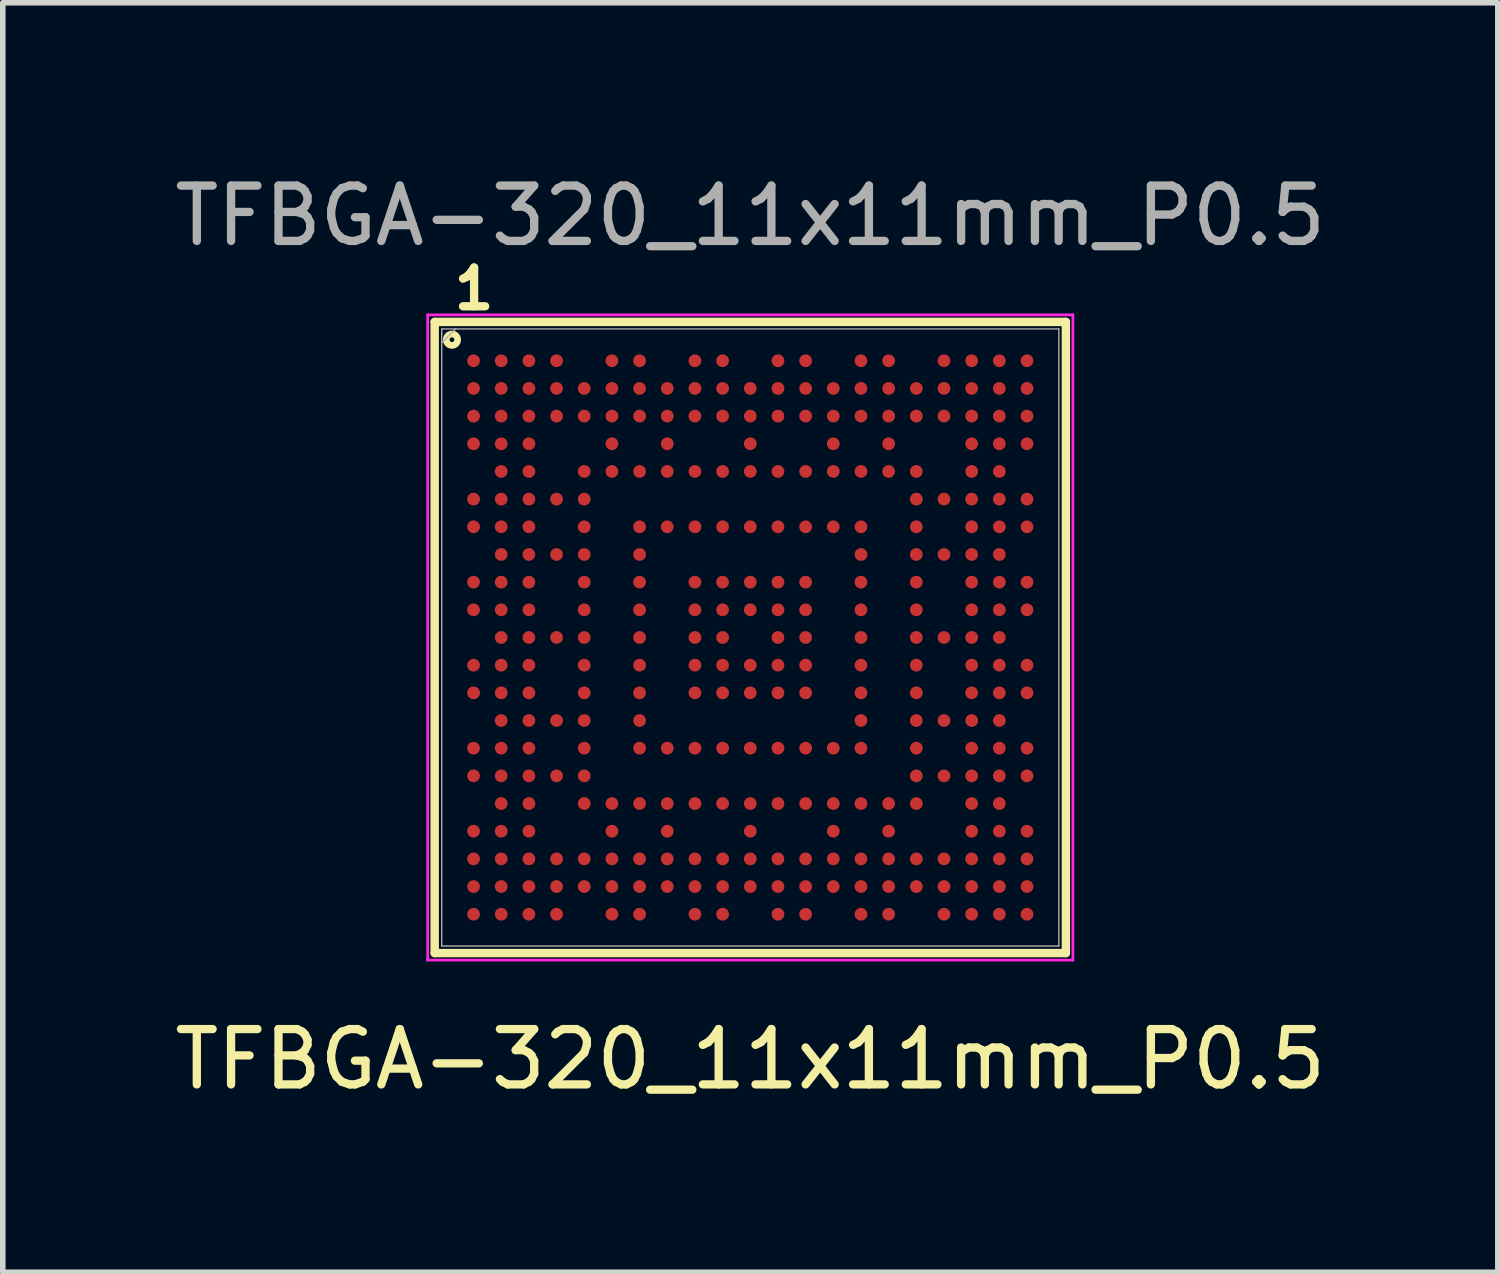
<source format=kicad_pcb>
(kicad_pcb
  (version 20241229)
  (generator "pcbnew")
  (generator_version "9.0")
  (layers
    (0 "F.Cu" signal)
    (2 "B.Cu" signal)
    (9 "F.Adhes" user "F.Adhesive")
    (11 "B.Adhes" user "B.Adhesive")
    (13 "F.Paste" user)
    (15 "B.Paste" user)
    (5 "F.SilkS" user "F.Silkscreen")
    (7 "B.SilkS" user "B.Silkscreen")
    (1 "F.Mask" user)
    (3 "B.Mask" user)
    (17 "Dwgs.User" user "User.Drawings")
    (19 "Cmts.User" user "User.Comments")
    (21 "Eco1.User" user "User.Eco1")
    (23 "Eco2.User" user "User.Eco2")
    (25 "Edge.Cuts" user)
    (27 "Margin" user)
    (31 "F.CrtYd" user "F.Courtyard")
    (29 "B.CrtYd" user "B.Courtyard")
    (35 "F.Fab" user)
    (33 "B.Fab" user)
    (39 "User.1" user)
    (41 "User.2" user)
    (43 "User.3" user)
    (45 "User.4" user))
  (footprint "TFBGA-320_11x11mm_P0.5"
    (layer "F.Cu")
    (at 10.506 8.468)
    (property "Reference" "TFBGA-320_11x11mm_P0.5" (at 0 7.62 0) (unlocked yes) (layer "F.SilkS") (effects (font (size 1 1) (thickness 0.15))))
    (attr smd)
    (fp_line (start -5.702 -5.702) (end -5.702 5.702) (stroke (width 0.152) (type solid)) (layer "F.SilkS"))
    (fp_line (start -5.702 5.702) (end 5.702 5.702) (stroke (width 0.152) (type solid)) (layer "F.SilkS"))
    (fp_line (start 5.702 -5.702) (end -5.702 -5.702) (stroke (width 0.152) (type solid)) (layer "F.SilkS"))
    (fp_line (start 5.702 5.702) (end 5.702 -5.702) (stroke (width 0.152) (type solid)) (layer "F.SilkS"))
    (fp_circle (center -5.39 -5.38) (end -5.3 -5.33) (stroke (width 0.12) (type default)) (fill no) (layer "F.SilkS"))
    (fp_line (start -5.829 -5.829) (end 5.829 -5.829) (stroke (width 0.05) (type solid)) (layer "F.CrtYd"))
    (fp_line (start -5.829 5.829) (end -5.829 -5.829) (stroke (width 0.05) (type solid)) (layer "F.CrtYd"))
    (fp_line (start 5.829 -5.829) (end 5.829 5.829) (stroke (width 0.05) (type solid)) (layer "F.CrtYd"))
    (fp_line (start 5.829 5.829) (end -5.829 5.829) (stroke (width 0.05) (type solid)) (layer "F.CrtYd"))
    (fp_line (start -5.575 -5.575) (end -5.575 5.575) (stroke (width 0.025) (type solid)) (layer "F.Fab"))
    (fp_line (start -5.575 5.575) (end 5.575 5.575) (stroke (width 0.025) (type solid)) (layer "F.Fab"))
    (fp_line (start -5.325 -5.575) (end -5.575 -5.325) (stroke (width 0.025) (type solid)) (layer "F.Fab"))
    (fp_line (start 5.575 -5.575) (end -5.575 -5.575) (stroke (width 0.025) (type solid)) (layer "F.Fab"))
    (fp_line (start 5.575 5.575) (end 5.575 -5.575) (stroke (width 0.025) (type solid)) (layer "F.Fab"))
    (fp_text user "1" (at -4.99 -6.3 0) (unlocked yes) (layer "F.SilkS") (effects (font (size 0.7 0.7) (thickness 0.15))))
    (fp_text user "${REFERENCE}" (at 0 -7.62 0) (unlocked yes) (layer "F.Fab") (effects (font (size 1 1) (thickness 0.15))))
    (pad "A1" smd circle (at -5 -5) (size 0.23 0.23) (layers "F.Cu" "F.Mask" "F.Paste"))
    (pad "A2" smd circle (at -4.5 -5) (size 0.23 0.23) (layers "F.Cu" "F.Mask" "F.Paste"))
    (pad "A3" smd circle (at -4 -5) (size 0.23 0.23) (layers "F.Cu" "F.Mask" "F.Paste"))
    (pad "A4" smd circle (at -3.5 -5) (size 0.23 0.23) (layers "F.Cu" "F.Mask" "F.Paste"))
    (pad "A6" smd circle (at -2.5 -5) (size 0.23 0.23) (layers "F.Cu" "F.Mask" "F.Paste"))
    (pad "A7" smd circle (at -2 -5) (size 0.23 0.23) (layers "F.Cu" "F.Mask" "F.Paste"))
    (pad "A9" smd circle (at -1 -5) (size 0.23 0.23) (layers "F.Cu" "F.Mask" "F.Paste"))
    (pad "A10" smd circle (at -0.5 -5) (size 0.23 0.23) (layers "F.Cu" "F.Mask" "F.Paste"))
    (pad "A12" smd circle (at 0.5 -5) (size 0.23 0.23) (layers "F.Cu" "F.Mask" "F.Paste"))
    (pad "A13" smd circle (at 1 -5) (size 0.23 0.23) (layers "F.Cu" "F.Mask" "F.Paste"))
    (pad "A15" smd circle (at 2 -5) (size 0.23 0.23) (layers "F.Cu" "F.Mask" "F.Paste"))
    (pad "A16" smd circle (at 2.5 -5) (size 0.23 0.23) (layers "F.Cu" "F.Mask" "F.Paste"))
    (pad "A18" smd circle (at 3.5 -5) (size 0.23 0.23) (layers "F.Cu" "F.Mask" "F.Paste"))
    (pad "A19" smd circle (at 4 -5) (size 0.23 0.23) (layers "F.Cu" "F.Mask" "F.Paste"))
    (pad "A20" smd circle (at 4.5 -5) (size 0.23 0.23) (layers "F.Cu" "F.Mask" "F.Paste"))
    (pad "A21" smd circle (at 5 -5) (size 0.23 0.23) (layers "F.Cu" "F.Mask" "F.Paste"))
    (pad "AA1" smd circle (at -5 5) (size 0.23 0.23) (layers "F.Cu" "F.Mask" "F.Paste"))
    (pad "AA2" smd circle (at -4.5 5) (size 0.23 0.23) (layers "F.Cu" "F.Mask" "F.Paste"))
    (pad "AA3" smd circle (at -4 5) (size 0.23 0.23) (layers "F.Cu" "F.Mask" "F.Paste"))
    (pad "AA4" smd circle (at -3.5 5) (size 0.23 0.23) (layers "F.Cu" "F.Mask" "F.Paste"))
    (pad "AA6" smd circle (at -2.5 5) (size 0.23 0.23) (layers "F.Cu" "F.Mask" "F.Paste"))
    (pad "AA7" smd circle (at -2 5) (size 0.23 0.23) (layers "F.Cu" "F.Mask" "F.Paste"))
    (pad "AA9" smd circle (at -1 5) (size 0.23 0.23) (layers "F.Cu" "F.Mask" "F.Paste"))
    (pad "AA10" smd circle (at -0.5 5) (size 0.23 0.23) (layers "F.Cu" "F.Mask" "F.Paste"))
    (pad "AA12" smd circle (at 0.5 5) (size 0.23 0.23) (layers "F.Cu" "F.Mask" "F.Paste"))
    (pad "AA13" smd circle (at 1 5) (size 0.23 0.23) (layers "F.Cu" "F.Mask" "F.Paste"))
    (pad "AA15" smd circle (at 2 5) (size 0.23 0.23) (layers "F.Cu" "F.Mask" "F.Paste"))
    (pad "AA16" smd circle (at 2.5 5) (size 0.23 0.23) (layers "F.Cu" "F.Mask" "F.Paste"))
    (pad "AA18" smd circle (at 3.5 5) (size 0.23 0.23) (layers "F.Cu" "F.Mask" "F.Paste"))
    (pad "AA19" smd circle (at 4 5) (size 0.23 0.23) (layers "F.Cu" "F.Mask" "F.Paste"))
    (pad "AA20" smd circle (at 4.5 5) (size 0.23 0.23) (layers "F.Cu" "F.Mask" "F.Paste"))
    (pad "AA21" smd circle (at 5 5) (size 0.23 0.23) (layers "F.Cu" "F.Mask" "F.Paste"))
    (pad "B1" smd circle (at -5 -4.5) (size 0.23 0.23) (layers "F.Cu" "F.Mask" "F.Paste"))
    (pad "B2" smd circle (at -4.5 -4.5) (size 0.23 0.23) (layers "F.Cu" "F.Mask" "F.Paste"))
    (pad "B3" smd circle (at -4 -4.5) (size 0.23 0.23) (layers "F.Cu" "F.Mask" "F.Paste"))
    (pad "B4" smd circle (at -3.5 -4.5) (size 0.23 0.23) (layers "F.Cu" "F.Mask" "F.Paste"))
    (pad "B5" smd circle (at -3 -4.5) (size 0.23 0.23) (layers "F.Cu" "F.Mask" "F.Paste"))
    (pad "B6" smd circle (at -2.5 -4.5) (size 0.23 0.23) (layers "F.Cu" "F.Mask" "F.Paste"))
    (pad "B7" smd circle (at -2 -4.5) (size 0.23 0.23) (layers "F.Cu" "F.Mask" "F.Paste"))
    (pad "B8" smd circle (at -1.5 -4.5) (size 0.23 0.23) (layers "F.Cu" "F.Mask" "F.Paste"))
    (pad "B9" smd circle (at -1 -4.5) (size 0.23 0.23) (layers "F.Cu" "F.Mask" "F.Paste"))
    (pad "B10" smd circle (at -0.5 -4.5) (size 0.23 0.23) (layers "F.Cu" "F.Mask" "F.Paste"))
    (pad "B11" smd circle (at 0 -4.5) (size 0.23 0.23) (layers "F.Cu" "F.Mask" "F.Paste"))
    (pad "B12" smd circle (at 0.5 -4.5) (size 0.23 0.23) (layers "F.Cu" "F.Mask" "F.Paste"))
    (pad "B13" smd circle (at 1 -4.5) (size 0.23 0.23) (layers "F.Cu" "F.Mask" "F.Paste"))
    (pad "B14" smd circle (at 1.5 -4.5) (size 0.23 0.23) (layers "F.Cu" "F.Mask" "F.Paste"))
    (pad "B15" smd circle (at 2 -4.5) (size 0.23 0.23) (layers "F.Cu" "F.Mask" "F.Paste"))
    (pad "B16" smd circle (at 2.5 -4.5) (size 0.23 0.23) (layers "F.Cu" "F.Mask" "F.Paste"))
    (pad "B17" smd circle (at 3 -4.5) (size 0.23 0.23) (layers "F.Cu" "F.Mask" "F.Paste"))
    (pad "B18" smd circle (at 3.5 -4.5) (size 0.23 0.23) (layers "F.Cu" "F.Mask" "F.Paste"))
    (pad "B19" smd circle (at 4 -4.5) (size 0.23 0.23) (layers "F.Cu" "F.Mask" "F.Paste"))
    (pad "B20" smd circle (at 4.5 -4.5) (size 0.23 0.23) (layers "F.Cu" "F.Mask" "F.Paste"))
    (pad "B21" smd circle (at 5 -4.5) (size 0.23 0.23) (layers "F.Cu" "F.Mask" "F.Paste"))
    (pad "C1" smd circle (at -5 -4) (size 0.23 0.23) (layers "F.Cu" "F.Mask" "F.Paste"))
    (pad "C2" smd circle (at -4.5 -4) (size 0.23 0.23) (layers "F.Cu" "F.Mask" "F.Paste"))
    (pad "C3" smd circle (at -4 -4) (size 0.23 0.23) (layers "F.Cu" "F.Mask" "F.Paste"))
    (pad "C4" smd circle (at -3.5 -4) (size 0.23 0.23) (layers "F.Cu" "F.Mask" "F.Paste"))
    (pad "C5" smd circle (at -3 -4) (size 0.23 0.23) (layers "F.Cu" "F.Mask" "F.Paste"))
    (pad "C6" smd circle (at -2.5 -4) (size 0.23 0.23) (layers "F.Cu" "F.Mask" "F.Paste"))
    (pad "C7" smd circle (at -2 -4) (size 0.23 0.23) (layers "F.Cu" "F.Mask" "F.Paste"))
    (pad "C8" smd circle (at -1.5 -4) (size 0.23 0.23) (layers "F.Cu" "F.Mask" "F.Paste"))
    (pad "C9" smd circle (at -1 -4) (size 0.23 0.23) (layers "F.Cu" "F.Mask" "F.Paste"))
    (pad "C10" smd circle (at -0.5 -4) (size 0.23 0.23) (layers "F.Cu" "F.Mask" "F.Paste"))
    (pad "C11" smd circle (at 0 -4) (size 0.23 0.23) (layers "F.Cu" "F.Mask" "F.Paste"))
    (pad "C12" smd circle (at 0.5 -4) (size 0.23 0.23) (layers "F.Cu" "F.Mask" "F.Paste"))
    (pad "C13" smd circle (at 1 -4) (size 0.23 0.23) (layers "F.Cu" "F.Mask" "F.Paste"))
    (pad "C14" smd circle (at 1.5 -4) (size 0.23 0.23) (layers "F.Cu" "F.Mask" "F.Paste"))
    (pad "C15" smd circle (at 2 -4) (size 0.23 0.23) (layers "F.Cu" "F.Mask" "F.Paste"))
    (pad "C16" smd circle (at 2.5 -4) (size 0.23 0.23) (layers "F.Cu" "F.Mask" "F.Paste"))
    (pad "C17" smd circle (at 3 -4) (size 0.23 0.23) (layers "F.Cu" "F.Mask" "F.Paste"))
    (pad "C18" smd circle (at 3.5 -4) (size 0.23 0.23) (layers "F.Cu" "F.Mask" "F.Paste"))
    (pad "C19" smd circle (at 4 -4) (size 0.23 0.23) (layers "F.Cu" "F.Mask" "F.Paste"))
    (pad "C20" smd circle (at 4.5 -4) (size 0.23 0.23) (layers "F.Cu" "F.Mask" "F.Paste"))
    (pad "C21" smd circle (at 5 -4) (size 0.23 0.23) (layers "F.Cu" "F.Mask" "F.Paste"))
    (pad "D1" smd circle (at -5 -3.5) (size 0.23 0.23) (layers "F.Cu" "F.Mask" "F.Paste"))
    (pad "D2" smd circle (at -4.5 -3.5) (size 0.23 0.23) (layers "F.Cu" "F.Mask" "F.Paste"))
    (pad "D3" smd circle (at -4 -3.5) (size 0.23 0.23) (layers "F.Cu" "F.Mask" "F.Paste"))
    (pad "D6" smd circle (at -2.5 -3.5) (size 0.23 0.23) (layers "F.Cu" "F.Mask" "F.Paste"))
    (pad "D8" smd circle (at -1.5 -3.5) (size 0.23 0.23) (layers "F.Cu" "F.Mask" "F.Paste"))
    (pad "D11" smd circle (at 0 -3.5) (size 0.23 0.23) (layers "F.Cu" "F.Mask" "F.Paste"))
    (pad "D14" smd circle (at 1.5 -3.5) (size 0.23 0.23) (layers "F.Cu" "F.Mask" "F.Paste"))
    (pad "D16" smd circle (at 2.5 -3.5) (size 0.23 0.23) (layers "F.Cu" "F.Mask" "F.Paste"))
    (pad "D19" smd circle (at 4 -3.5) (size 0.23 0.23) (layers "F.Cu" "F.Mask" "F.Paste"))
    (pad "D20" smd circle (at 4.5 -3.5) (size 0.23 0.23) (layers "F.Cu" "F.Mask" "F.Paste"))
    (pad "D21" smd circle (at 5 -3.5) (size 0.23 0.23) (layers "F.Cu" "F.Mask" "F.Paste"))
    (pad "E2" smd circle (at -4.5 -3) (size 0.23 0.23) (layers "F.Cu" "F.Mask" "F.Paste"))
    (pad "E3" smd circle (at -4 -3) (size 0.23 0.23) (layers "F.Cu" "F.Mask" "F.Paste"))
    (pad "E5" smd circle (at -3 -3) (size 0.23 0.23) (layers "F.Cu" "F.Mask" "F.Paste"))
    (pad "E6" smd circle (at -2.5 -3) (size 0.23 0.23) (layers "F.Cu" "F.Mask" "F.Paste"))
    (pad "E7" smd circle (at -2 -3) (size 0.23 0.23) (layers "F.Cu" "F.Mask" "F.Paste"))
    (pad "E8" smd circle (at -1.5 -3) (size 0.23 0.23) (layers "F.Cu" "F.Mask" "F.Paste"))
    (pad "E9" smd circle (at -1 -3) (size 0.23 0.23) (layers "F.Cu" "F.Mask" "F.Paste"))
    (pad "E10" smd circle (at -0.5 -3) (size 0.23 0.23) (layers "F.Cu" "F.Mask" "F.Paste"))
    (pad "E11" smd circle (at 0 -3) (size 0.23 0.23) (layers "F.Cu" "F.Mask" "F.Paste"))
    (pad "E12" smd circle (at 0.5 -3) (size 0.23 0.23) (layers "F.Cu" "F.Mask" "F.Paste"))
    (pad "E13" smd circle (at 1 -3) (size 0.23 0.23) (layers "F.Cu" "F.Mask" "F.Paste"))
    (pad "E14" smd circle (at 1.5 -3) (size 0.23 0.23) (layers "F.Cu" "F.Mask" "F.Paste"))
    (pad "E15" smd circle (at 2 -3) (size 0.23 0.23) (layers "F.Cu" "F.Mask" "F.Paste"))
    (pad "E16" smd circle (at 2.5 -3) (size 0.23 0.23) (layers "F.Cu" "F.Mask" "F.Paste"))
    (pad "E17" smd circle (at 3 -3) (size 0.23 0.23) (layers "F.Cu" "F.Mask" "F.Paste"))
    (pad "E19" smd circle (at 4 -3) (size 0.23 0.23) (layers "F.Cu" "F.Mask" "F.Paste"))
    (pad "E20" smd circle (at 4.5 -3) (size 0.23 0.23) (layers "F.Cu" "F.Mask" "F.Paste"))
    (pad "F1" smd circle (at -5 -2.5) (size 0.23 0.23) (layers "F.Cu" "F.Mask" "F.Paste"))
    (pad "F2" smd circle (at -4.5 -2.5) (size 0.23 0.23) (layers "F.Cu" "F.Mask" "F.Paste"))
    (pad "F3" smd circle (at -4 -2.5) (size 0.23 0.23) (layers "F.Cu" "F.Mask" "F.Paste"))
    (pad "F4" smd circle (at -3.5 -2.5) (size 0.23 0.23) (layers "F.Cu" "F.Mask" "F.Paste"))
    (pad "F5" smd circle (at -3 -2.5) (size 0.23 0.23) (layers "F.Cu" "F.Mask" "F.Paste"))
    (pad "F17" smd circle (at 3 -2.5) (size 0.23 0.23) (layers "F.Cu" "F.Mask" "F.Paste"))
    (pad "F18" smd circle (at 3.5 -2.5) (size 0.23 0.23) (layers "F.Cu" "F.Mask" "F.Paste"))
    (pad "F19" smd circle (at 4 -2.5) (size 0.23 0.23) (layers "F.Cu" "F.Mask" "F.Paste"))
    (pad "F20" smd circle (at 4.5 -2.5) (size 0.23 0.23) (layers "F.Cu" "F.Mask" "F.Paste"))
    (pad "F21" smd circle (at 5 -2.5) (size 0.23 0.23) (layers "F.Cu" "F.Mask" "F.Paste"))
    (pad "G1" smd circle (at -5 -2) (size 0.23 0.23) (layers "F.Cu" "F.Mask" "F.Paste"))
    (pad "G2" smd circle (at -4.5 -2) (size 0.23 0.23) (layers "F.Cu" "F.Mask" "F.Paste"))
    (pad "G3" smd circle (at -4 -2) (size 0.23 0.23) (layers "F.Cu" "F.Mask" "F.Paste"))
    (pad "G5" smd circle (at -3 -2) (size 0.23 0.23) (layers "F.Cu" "F.Mask" "F.Paste"))
    (pad "G7" smd circle (at -2 -2) (size 0.23 0.23) (layers "F.Cu" "F.Mask" "F.Paste"))
    (pad "G8" smd circle (at -1.5 -2) (size 0.23 0.23) (layers "F.Cu" "F.Mask" "F.Paste"))
    (pad "G9" smd circle (at -1 -2) (size 0.23 0.23) (layers "F.Cu" "F.Mask" "F.Paste"))
    (pad "G10" smd circle (at -0.5 -2) (size 0.23 0.23) (layers "F.Cu" "F.Mask" "F.Paste"))
    (pad "G11" smd circle (at 0 -2) (size 0.23 0.23) (layers "F.Cu" "F.Mask" "F.Paste"))
    (pad "G12" smd circle (at 0.5 -2) (size 0.23 0.23) (layers "F.Cu" "F.Mask" "F.Paste"))
    (pad "G13" smd circle (at 1 -2) (size 0.23 0.23) (layers "F.Cu" "F.Mask" "F.Paste"))
    (pad "G14" smd circle (at 1.5 -2) (size 0.23 0.23) (layers "F.Cu" "F.Mask" "F.Paste"))
    (pad "G15" smd circle (at 2 -2) (size 0.23 0.23) (layers "F.Cu" "F.Mask" "F.Paste"))
    (pad "G17" smd circle (at 3 -2) (size 0.23 0.23) (layers "F.Cu" "F.Mask" "F.Paste"))
    (pad "G19" smd circle (at 4 -2) (size 0.23 0.23) (layers "F.Cu" "F.Mask" "F.Paste"))
    (pad "G20" smd circle (at 4.5 -2) (size 0.23 0.23) (layers "F.Cu" "F.Mask" "F.Paste"))
    (pad "G21" smd circle (at 5 -2) (size 0.23 0.23) (layers "F.Cu" "F.Mask" "F.Paste"))
    (pad "H2" smd circle (at -4.5 -1.5) (size 0.23 0.23) (layers "F.Cu" "F.Mask" "F.Paste"))
    (pad "H3" smd circle (at -4 -1.5) (size 0.23 0.23) (layers "F.Cu" "F.Mask" "F.Paste"))
    (pad "H4" smd circle (at -3.5 -1.5) (size 0.23 0.23) (layers "F.Cu" "F.Mask" "F.Paste"))
    (pad "H5" smd circle (at -3 -1.5) (size 0.23 0.23) (layers "F.Cu" "F.Mask" "F.Paste"))
    (pad "H7" smd circle (at -2 -1.5) (size 0.23 0.23) (layers "F.Cu" "F.Mask" "F.Paste"))
    (pad "H15" smd circle (at 2 -1.5) (size 0.23 0.23) (layers "F.Cu" "F.Mask" "F.Paste"))
    (pad "H17" smd circle (at 3 -1.5) (size 0.23 0.23) (layers "F.Cu" "F.Mask" "F.Paste"))
    (pad "H18" smd circle (at 3.5 -1.5) (size 0.23 0.23) (layers "F.Cu" "F.Mask" "F.Paste"))
    (pad "H19" smd circle (at 4 -1.5) (size 0.23 0.23) (layers "F.Cu" "F.Mask" "F.Paste"))
    (pad "H20" smd circle (at 4.5 -1.5) (size 0.23 0.23) (layers "F.Cu" "F.Mask" "F.Paste"))
    (pad "J1" smd circle (at -5 -1) (size 0.23 0.23) (layers "F.Cu" "F.Mask" "F.Paste"))
    (pad "J2" smd circle (at -4.5 -1) (size 0.23 0.23) (layers "F.Cu" "F.Mask" "F.Paste"))
    (pad "J3" smd circle (at -4 -1) (size 0.23 0.23) (layers "F.Cu" "F.Mask" "F.Paste"))
    (pad "J5" smd circle (at -3 -1) (size 0.23 0.23) (layers "F.Cu" "F.Mask" "F.Paste"))
    (pad "J7" smd circle (at -2 -1) (size 0.23 0.23) (layers "F.Cu" "F.Mask" "F.Paste"))
    (pad "J9" smd circle (at -1 -1) (size 0.23 0.23) (layers "F.Cu" "F.Mask" "F.Paste"))
    (pad "J10" smd circle (at -0.5 -1) (size 0.23 0.23) (layers "F.Cu" "F.Mask" "F.Paste"))
    (pad "J11" smd circle (at 0 -1) (size 0.23 0.23) (layers "F.Cu" "F.Mask" "F.Paste"))
    (pad "J12" smd circle (at 0.5 -1) (size 0.23 0.23) (layers "F.Cu" "F.Mask" "F.Paste"))
    (pad "J13" smd circle (at 1 -1) (size 0.23 0.23) (layers "F.Cu" "F.Mask" "F.Paste"))
    (pad "J15" smd circle (at 2 -1) (size 0.23 0.23) (layers "F.Cu" "F.Mask" "F.Paste"))
    (pad "J17" smd circle (at 3 -1) (size 0.23 0.23) (layers "F.Cu" "F.Mask" "F.Paste"))
    (pad "J19" smd circle (at 4 -1) (size 0.23 0.23) (layers "F.Cu" "F.Mask" "F.Paste"))
    (pad "J20" smd circle (at 4.5 -1) (size 0.23 0.23) (layers "F.Cu" "F.Mask" "F.Paste"))
    (pad "J21" smd circle (at 5 -1) (size 0.23 0.23) (layers "F.Cu" "F.Mask" "F.Paste"))
    (pad "K1" smd circle (at -5 -0.5) (size 0.23 0.23) (layers "F.Cu" "F.Mask" "F.Paste"))
    (pad "K2" smd circle (at -4.5 -0.5) (size 0.23 0.23) (layers "F.Cu" "F.Mask" "F.Paste"))
    (pad "K3" smd circle (at -4 -0.5) (size 0.23 0.23) (layers "F.Cu" "F.Mask" "F.Paste"))
    (pad "K5" smd circle (at -3 -0.5) (size 0.23 0.23) (layers "F.Cu" "F.Mask" "F.Paste"))
    (pad "K7" smd circle (at -2 -0.5) (size 0.23 0.23) (layers "F.Cu" "F.Mask" "F.Paste"))
    (pad "K9" smd circle (at -1 -0.5) (size 0.23 0.23) (layers "F.Cu" "F.Mask" "F.Paste"))
    (pad "K10" smd circle (at -0.5 -0.5) (size 0.23 0.23) (layers "F.Cu" "F.Mask" "F.Paste"))
    (pad "K11" smd circle (at 0 -0.5) (size 0.23 0.23) (layers "F.Cu" "F.Mask" "F.Paste"))
    (pad "K12" smd circle (at 0.5 -0.5) (size 0.23 0.23) (layers "F.Cu" "F.Mask" "F.Paste"))
    (pad "K13" smd circle (at 1 -0.5) (size 0.23 0.23) (layers "F.Cu" "F.Mask" "F.Paste"))
    (pad "K15" smd circle (at 2 -0.5) (size 0.23 0.23) (layers "F.Cu" "F.Mask" "F.Paste"))
    (pad "K17" smd circle (at 3 -0.5) (size 0.23 0.23) (layers "F.Cu" "F.Mask" "F.Paste"))
    (pad "K19" smd circle (at 4 -0.5) (size 0.23 0.23) (layers "F.Cu" "F.Mask" "F.Paste"))
    (pad "K20" smd circle (at 4.5 -0.5) (size 0.23 0.23) (layers "F.Cu" "F.Mask" "F.Paste"))
    (pad "K21" smd circle (at 5 -0.5) (size 0.23 0.23) (layers "F.Cu" "F.Mask" "F.Paste"))
    (pad "L2" smd circle (at -4.5 0) (size 0.23 0.23) (layers "F.Cu" "F.Mask" "F.Paste"))
    (pad "L3" smd circle (at -4 0) (size 0.23 0.23) (layers "F.Cu" "F.Mask" "F.Paste"))
    (pad "L4" smd circle (at -3.5 0) (size 0.23 0.23) (layers "F.Cu" "F.Mask" "F.Paste"))
    (pad "L5" smd circle (at -3 0) (size 0.23 0.23) (layers "F.Cu" "F.Mask" "F.Paste"))
    (pad "L7" smd circle (at -2 0) (size 0.23 0.23) (layers "F.Cu" "F.Mask" "F.Paste"))
    (pad "L9" smd circle (at -1 0) (size 0.23 0.23) (layers "F.Cu" "F.Mask" "F.Paste"))
    (pad "L10" smd circle (at -0.5 0) (size 0.23 0.23) (layers "F.Cu" "F.Mask" "F.Paste"))
    (pad "L12" smd circle (at 0.5 0) (size 0.23 0.23) (layers "F.Cu" "F.Mask" "F.Paste"))
    (pad "L13" smd circle (at 1 0) (size 0.23 0.23) (layers "F.Cu" "F.Mask" "F.Paste"))
    (pad "L15" smd circle (at 2 0) (size 0.23 0.23) (layers "F.Cu" "F.Mask" "F.Paste"))
    (pad "L17" smd circle (at 3 0) (size 0.23 0.23) (layers "F.Cu" "F.Mask" "F.Paste"))
    (pad "L18" smd circle (at 3.5 0) (size 0.23 0.23) (layers "F.Cu" "F.Mask" "F.Paste"))
    (pad "L19" smd circle (at 4 0) (size 0.23 0.23) (layers "F.Cu" "F.Mask" "F.Paste"))
    (pad "L20" smd circle (at 4.5 0) (size 0.23 0.23) (layers "F.Cu" "F.Mask" "F.Paste"))
    (pad "M1" smd circle (at -5 0.5) (size 0.23 0.23) (layers "F.Cu" "F.Mask" "F.Paste"))
    (pad "M2" smd circle (at -4.5 0.5) (size 0.23 0.23) (layers "F.Cu" "F.Mask" "F.Paste"))
    (pad "M3" smd circle (at -4 0.5) (size 0.23 0.23) (layers "F.Cu" "F.Mask" "F.Paste"))
    (pad "M5" smd circle (at -3 0.5) (size 0.23 0.23) (layers "F.Cu" "F.Mask" "F.Paste"))
    (pad "M7" smd circle (at -2 0.5) (size 0.23 0.23) (layers "F.Cu" "F.Mask" "F.Paste"))
    (pad "M9" smd circle (at -1 0.5) (size 0.23 0.23) (layers "F.Cu" "F.Mask" "F.Paste"))
    (pad "M10" smd circle (at -0.5 0.5) (size 0.23 0.23) (layers "F.Cu" "F.Mask" "F.Paste"))
    (pad "M11" smd circle (at 0 0.5) (size 0.23 0.23) (layers "F.Cu" "F.Mask" "F.Paste"))
    (pad "M12" smd circle (at 0.5 0.5) (size 0.23 0.23) (layers "F.Cu" "F.Mask" "F.Paste"))
    (pad "M13" smd circle (at 1 0.5) (size 0.23 0.23) (layers "F.Cu" "F.Mask" "F.Paste"))
    (pad "M15" smd circle (at 2 0.5) (size 0.23 0.23) (layers "F.Cu" "F.Mask" "F.Paste"))
    (pad "M17" smd circle (at 3 0.5) (size 0.23 0.23) (layers "F.Cu" "F.Mask" "F.Paste"))
    (pad "M19" smd circle (at 4 0.5) (size 0.23 0.23) (layers "F.Cu" "F.Mask" "F.Paste"))
    (pad "M20" smd circle (at 4.5 0.5) (size 0.23 0.23) (layers "F.Cu" "F.Mask" "F.Paste"))
    (pad "M21" smd circle (at 5 0.5) (size 0.23 0.23) (layers "F.Cu" "F.Mask" "F.Paste"))
    (pad "N1" smd circle (at -5 1) (size 0.23 0.23) (layers "F.Cu" "F.Mask" "F.Paste"))
    (pad "N2" smd circle (at -4.5 1) (size 0.23 0.23) (layers "F.Cu" "F.Mask" "F.Paste"))
    (pad "N3" smd circle (at -4 1) (size 0.23 0.23) (layers "F.Cu" "F.Mask" "F.Paste"))
    (pad "N5" smd circle (at -3 1) (size 0.23 0.23) (layers "F.Cu" "F.Mask" "F.Paste"))
    (pad "N7" smd circle (at -2 1) (size 0.23 0.23) (layers "F.Cu" "F.Mask" "F.Paste"))
    (pad "N9" smd circle (at -1 1) (size 0.23 0.23) (layers "F.Cu" "F.Mask" "F.Paste"))
    (pad "N10" smd circle (at -0.5 1) (size 0.23 0.23) (layers "F.Cu" "F.Mask" "F.Paste"))
    (pad "N11" smd circle (at 0 1) (size 0.23 0.23) (layers "F.Cu" "F.Mask" "F.Paste"))
    (pad "N12" smd circle (at 0.5 1) (size 0.23 0.23) (layers "F.Cu" "F.Mask" "F.Paste"))
    (pad "N13" smd circle (at 1 1) (size 0.23 0.23) (layers "F.Cu" "F.Mask" "F.Paste"))
    (pad "N15" smd circle (at 2 1) (size 0.23 0.23) (layers "F.Cu" "F.Mask" "F.Paste"))
    (pad "N17" smd circle (at 3 1) (size 0.23 0.23) (layers "F.Cu" "F.Mask" "F.Paste"))
    (pad "N19" smd circle (at 4 1) (size 0.23 0.23) (layers "F.Cu" "F.Mask" "F.Paste"))
    (pad "N20" smd circle (at 4.5 1) (size 0.23 0.23) (layers "F.Cu" "F.Mask" "F.Paste"))
    (pad "N21" smd circle (at 5 1) (size 0.23 0.23) (layers "F.Cu" "F.Mask" "F.Paste"))
    (pad "P2" smd circle (at -4.5 1.5) (size 0.23 0.23) (layers "F.Cu" "F.Mask" "F.Paste"))
    (pad "P3" smd circle (at -4 1.5) (size 0.23 0.23) (layers "F.Cu" "F.Mask" "F.Paste"))
    (pad "P4" smd circle (at -3.5 1.5) (size 0.23 0.23) (layers "F.Cu" "F.Mask" "F.Paste"))
    (pad "P5" smd circle (at -3 1.5) (size 0.23 0.23) (layers "F.Cu" "F.Mask" "F.Paste"))
    (pad "P7" smd circle (at -2 1.5) (size 0.23 0.23) (layers "F.Cu" "F.Mask" "F.Paste"))
    (pad "P15" smd circle (at 2 1.5) (size 0.23 0.23) (layers "F.Cu" "F.Mask" "F.Paste"))
    (pad "P17" smd circle (at 3 1.5) (size 0.23 0.23) (layers "F.Cu" "F.Mask" "F.Paste"))
    (pad "P18" smd circle (at 3.5 1.5) (size 0.23 0.23) (layers "F.Cu" "F.Mask" "F.Paste"))
    (pad "P19" smd circle (at 4 1.5) (size 0.23 0.23) (layers "F.Cu" "F.Mask" "F.Paste"))
    (pad "P20" smd circle (at 4.5 1.5) (size 0.23 0.23) (layers "F.Cu" "F.Mask" "F.Paste"))
    (pad "R1" smd circle (at -5 2) (size 0.23 0.23) (layers "F.Cu" "F.Mask" "F.Paste"))
    (pad "R2" smd circle (at -4.5 2) (size 0.23 0.23) (layers "F.Cu" "F.Mask" "F.Paste"))
    (pad "R3" smd circle (at -4 2) (size 0.23 0.23) (layers "F.Cu" "F.Mask" "F.Paste"))
    (pad "R5" smd circle (at -3 2) (size 0.23 0.23) (layers "F.Cu" "F.Mask" "F.Paste"))
    (pad "R7" smd circle (at -2 2) (size 0.23 0.23) (layers "F.Cu" "F.Mask" "F.Paste"))
    (pad "R8" smd circle (at -1.5 2) (size 0.23 0.23) (layers "F.Cu" "F.Mask" "F.Paste"))
    (pad "R9" smd circle (at -1 2) (size 0.23 0.23) (layers "F.Cu" "F.Mask" "F.Paste"))
    (pad "R10" smd circle (at -0.5 2) (size 0.23 0.23) (layers "F.Cu" "F.Mask" "F.Paste"))
    (pad "R11" smd circle (at 0 2) (size 0.23 0.23) (layers "F.Cu" "F.Mask" "F.Paste"))
    (pad "R12" smd circle (at 0.5 2) (size 0.23 0.23) (layers "F.Cu" "F.Mask" "F.Paste"))
    (pad "R13" smd circle (at 1 2) (size 0.23 0.23) (layers "F.Cu" "F.Mask" "F.Paste"))
    (pad "R14" smd circle (at 1.5 2) (size 0.23 0.23) (layers "F.Cu" "F.Mask" "F.Paste"))
    (pad "R15" smd circle (at 2 2) (size 0.23 0.23) (layers "F.Cu" "F.Mask" "F.Paste"))
    (pad "R17" smd circle (at 3 2) (size 0.23 0.23) (layers "F.Cu" "F.Mask" "F.Paste"))
    (pad "R19" smd circle (at 4 2) (size 0.23 0.23) (layers "F.Cu" "F.Mask" "F.Paste"))
    (pad "R20" smd circle (at 4.5 2) (size 0.23 0.23) (layers "F.Cu" "F.Mask" "F.Paste"))
    (pad "R21" smd circle (at 5 2) (size 0.23 0.23) (layers "F.Cu" "F.Mask" "F.Paste"))
    (pad "T1" smd circle (at -5 2.5) (size 0.23 0.23) (layers "F.Cu" "F.Mask" "F.Paste"))
    (pad "T2" smd circle (at -4.5 2.5) (size 0.23 0.23) (layers "F.Cu" "F.Mask" "F.Paste"))
    (pad "T3" smd circle (at -4 2.5) (size 0.23 0.23) (layers "F.Cu" "F.Mask" "F.Paste"))
    (pad "T4" smd circle (at -3.5 2.5) (size 0.23 0.23) (layers "F.Cu" "F.Mask" "F.Paste"))
    (pad "T5" smd circle (at -3 2.5) (size 0.23 0.23) (layers "F.Cu" "F.Mask" "F.Paste"))
    (pad "T17" smd circle (at 3 2.5) (size 0.23 0.23) (layers "F.Cu" "F.Mask" "F.Paste"))
    (pad "T18" smd circle (at 3.5 2.5) (size 0.23 0.23) (layers "F.Cu" "F.Mask" "F.Paste"))
    (pad "T19" smd circle (at 4 2.5) (size 0.23 0.23) (layers "F.Cu" "F.Mask" "F.Paste"))
    (pad "T20" smd circle (at 4.5 2.5) (size 0.23 0.23) (layers "F.Cu" "F.Mask" "F.Paste"))
    (pad "T21" smd circle (at 5 2.5) (size 0.23 0.23) (layers "F.Cu" "F.Mask" "F.Paste"))
    (pad "U2" smd circle (at -4.5 3) (size 0.23 0.23) (layers "F.Cu" "F.Mask" "F.Paste"))
    (pad "U3" smd circle (at -4 3) (size 0.23 0.23) (layers "F.Cu" "F.Mask" "F.Paste"))
    (pad "U5" smd circle (at -3 3) (size 0.23 0.23) (layers "F.Cu" "F.Mask" "F.Paste"))
    (pad "U6" smd circle (at -2.5 3) (size 0.23 0.23) (layers "F.Cu" "F.Mask" "F.Paste"))
    (pad "U7" smd circle (at -2 3) (size 0.23 0.23) (layers "F.Cu" "F.Mask" "F.Paste"))
    (pad "U8" smd circle (at -1.5 3) (size 0.23 0.23) (layers "F.Cu" "F.Mask" "F.Paste"))
    (pad "U9" smd circle (at -1 3) (size 0.23 0.23) (layers "F.Cu" "F.Mask" "F.Paste"))
    (pad "U10" smd circle (at -0.5 3) (size 0.23 0.23) (layers "F.Cu" "F.Mask" "F.Paste"))
    (pad "U11" smd circle (at 0 3) (size 0.23 0.23) (layers "F.Cu" "F.Mask" "F.Paste"))
    (pad "U12" smd circle (at 0.5 3) (size 0.23 0.23) (layers "F.Cu" "F.Mask" "F.Paste"))
    (pad "U13" smd circle (at 1 3) (size 0.23 0.23) (layers "F.Cu" "F.Mask" "F.Paste"))
    (pad "U14" smd circle (at 1.5 3) (size 0.23 0.23) (layers "F.Cu" "F.Mask" "F.Paste"))
    (pad "U15" smd circle (at 2 3) (size 0.23 0.23) (layers "F.Cu" "F.Mask" "F.Paste"))
    (pad "U16" smd circle (at 2.5 3) (size 0.23 0.23) (layers "F.Cu" "F.Mask" "F.Paste"))
    (pad "U17" smd circle (at 3 3) (size 0.23 0.23) (layers "F.Cu" "F.Mask" "F.Paste"))
    (pad "U19" smd circle (at 4 3) (size 0.23 0.23) (layers "F.Cu" "F.Mask" "F.Paste"))
    (pad "U20" smd circle (at 4.5 3) (size 0.23 0.23) (layers "F.Cu" "F.Mask" "F.Paste"))
    (pad "V1" smd circle (at -5 3.5) (size 0.23 0.23) (layers "F.Cu" "F.Mask" "F.Paste"))
    (pad "V2" smd circle (at -4.5 3.5) (size 0.23 0.23) (layers "F.Cu" "F.Mask" "F.Paste"))
    (pad "V3" smd circle (at -4 3.5) (size 0.23 0.23) (layers "F.Cu" "F.Mask" "F.Paste"))
    (pad "V6" smd circle (at -2.5 3.5) (size 0.23 0.23) (layers "F.Cu" "F.Mask" "F.Paste"))
    (pad "V8" smd circle (at -1.5 3.5) (size 0.23 0.23) (layers "F.Cu" "F.Mask" "F.Paste"))
    (pad "V11" smd circle (at 0 3.5) (size 0.23 0.23) (layers "F.Cu" "F.Mask" "F.Paste"))
    (pad "V14" smd circle (at 1.5 3.5) (size 0.23 0.23) (layers "F.Cu" "F.Mask" "F.Paste"))
    (pad "V16" smd circle (at 2.5 3.5) (size 0.23 0.23) (layers "F.Cu" "F.Mask" "F.Paste"))
    (pad "V19" smd circle (at 4 3.5) (size 0.23 0.23) (layers "F.Cu" "F.Mask" "F.Paste"))
    (pad "V20" smd circle (at 4.5 3.5) (size 0.23 0.23) (layers "F.Cu" "F.Mask" "F.Paste"))
    (pad "V21" smd circle (at 5 3.5) (size 0.23 0.23) (layers "F.Cu" "F.Mask" "F.Paste"))
    (pad "W1" smd circle (at -5 4) (size 0.23 0.23) (layers "F.Cu" "F.Mask" "F.Paste"))
    (pad "W2" smd circle (at -4.5 4) (size 0.23 0.23) (layers "F.Cu" "F.Mask" "F.Paste"))
    (pad "W3" smd circle (at -4 4) (size 0.23 0.23) (layers "F.Cu" "F.Mask" "F.Paste"))
    (pad "W4" smd circle (at -3.5 4) (size 0.23 0.23) (layers "F.Cu" "F.Mask" "F.Paste"))
    (pad "W5" smd circle (at -3 4) (size 0.23 0.23) (layers "F.Cu" "F.Mask" "F.Paste"))
    (pad "W6" smd circle (at -2.5 4) (size 0.23 0.23) (layers "F.Cu" "F.Mask" "F.Paste"))
    (pad "W7" smd circle (at -2 4) (size 0.23 0.23) (layers "F.Cu" "F.Mask" "F.Paste"))
    (pad "W8" smd circle (at -1.5 4) (size 0.23 0.23) (layers "F.Cu" "F.Mask" "F.Paste"))
    (pad "W9" smd circle (at -1 4) (size 0.23 0.23) (layers "F.Cu" "F.Mask" "F.Paste"))
    (pad "W10" smd circle (at -0.5 4) (size 0.23 0.23) (layers "F.Cu" "F.Mask" "F.Paste"))
    (pad "W11" smd circle (at 0 4) (size 0.23 0.23) (layers "F.Cu" "F.Mask" "F.Paste"))
    (pad "W12" smd circle (at 0.5 4) (size 0.23 0.23) (layers "F.Cu" "F.Mask" "F.Paste"))
    (pad "W13" smd circle (at 1 4) (size 0.23 0.23) (layers "F.Cu" "F.Mask" "F.Paste"))
    (pad "W14" smd circle (at 1.5 4) (size 0.23 0.23) (layers "F.Cu" "F.Mask" "F.Paste"))
    (pad "W15" smd circle (at 2 4) (size 0.23 0.23) (layers "F.Cu" "F.Mask" "F.Paste"))
    (pad "W16" smd circle (at 2.5 4) (size 0.23 0.23) (layers "F.Cu" "F.Mask" "F.Paste"))
    (pad "W17" smd circle (at 3 4) (size 0.23 0.23) (layers "F.Cu" "F.Mask" "F.Paste"))
    (pad "W18" smd circle (at 3.5 4) (size 0.23 0.23) (layers "F.Cu" "F.Mask" "F.Paste"))
    (pad "W19" smd circle (at 4 4) (size 0.23 0.23) (layers "F.Cu" "F.Mask" "F.Paste"))
    (pad "W20" smd circle (at 4.5 4) (size 0.23 0.23) (layers "F.Cu" "F.Mask" "F.Paste"))
    (pad "W21" smd circle (at 5 4) (size 0.23 0.23) (layers "F.Cu" "F.Mask" "F.Paste"))
    (pad "Y1" smd circle (at -5 4.5) (size 0.23 0.23) (layers "F.Cu" "F.Mask" "F.Paste"))
    (pad "Y2" smd circle (at -4.5 4.5) (size 0.23 0.23) (layers "F.Cu" "F.Mask" "F.Paste"))
    (pad "Y3" smd circle (at -4 4.5) (size 0.23 0.23) (layers "F.Cu" "F.Mask" "F.Paste"))
    (pad "Y4" smd circle (at -3.5 4.5) (size 0.23 0.23) (layers "F.Cu" "F.Mask" "F.Paste"))
    (pad "Y5" smd circle (at -3 4.5) (size 0.23 0.23) (layers "F.Cu" "F.Mask" "F.Paste"))
    (pad "Y6" smd circle (at -2.5 4.5) (size 0.23 0.23) (layers "F.Cu" "F.Mask" "F.Paste"))
    (pad "Y7" smd circle (at -2 4.5) (size 0.23 0.23) (layers "F.Cu" "F.Mask" "F.Paste"))
    (pad "Y8" smd circle (at -1.5 4.5) (size 0.23 0.23) (layers "F.Cu" "F.Mask" "F.Paste"))
    (pad "Y9" smd circle (at -1 4.5) (size 0.23 0.23) (layers "F.Cu" "F.Mask" "F.Paste"))
    (pad "Y10" smd circle (at -0.5 4.5) (size 0.23 0.23) (layers "F.Cu" "F.Mask" "F.Paste"))
    (pad "Y11" smd circle (at 0 4.5) (size 0.23 0.23) (layers "F.Cu" "F.Mask" "F.Paste"))
    (pad "Y12" smd circle (at 0.5 4.5) (size 0.23 0.23) (layers "F.Cu" "F.Mask" "F.Paste"))
    (pad "Y13" smd circle (at 1 4.5) (size 0.23 0.23) (layers "F.Cu" "F.Mask" "F.Paste"))
    (pad "Y14" smd circle (at 1.5 4.5) (size 0.23 0.23) (layers "F.Cu" "F.Mask" "F.Paste"))
    (pad "Y15" smd circle (at 2 4.5) (size 0.23 0.23) (layers "F.Cu" "F.Mask" "F.Paste"))
    (pad "Y16" smd circle (at 2.5 4.5) (size 0.23 0.23) (layers "F.Cu" "F.Mask" "F.Paste"))
    (pad "Y17" smd circle (at 3 4.5) (size 0.23 0.23) (layers "F.Cu" "F.Mask" "F.Paste"))
    (pad "Y18" smd circle (at 3.5 4.5) (size 0.23 0.23) (layers "F.Cu" "F.Mask" "F.Paste"))
    (pad "Y19" smd circle (at 4 4.5) (size 0.23 0.23) (layers "F.Cu" "F.Mask" "F.Paste"))
    (pad "Y20" smd circle (at 4.5 4.5) (size 0.23 0.23) (layers "F.Cu" "F.Mask" "F.Paste"))
    (pad "Y21" smd circle (at 5 4.5) (size 0.23 0.23) (layers "F.Cu" "F.Mask" "F.Paste")))
  (gr_rect
    (start -3 -3)
    (end 24.012 19.936)
    (stroke (width 0.1) (type default))
    (fill no)
    (layer "Edge.Cuts")))
</source>
